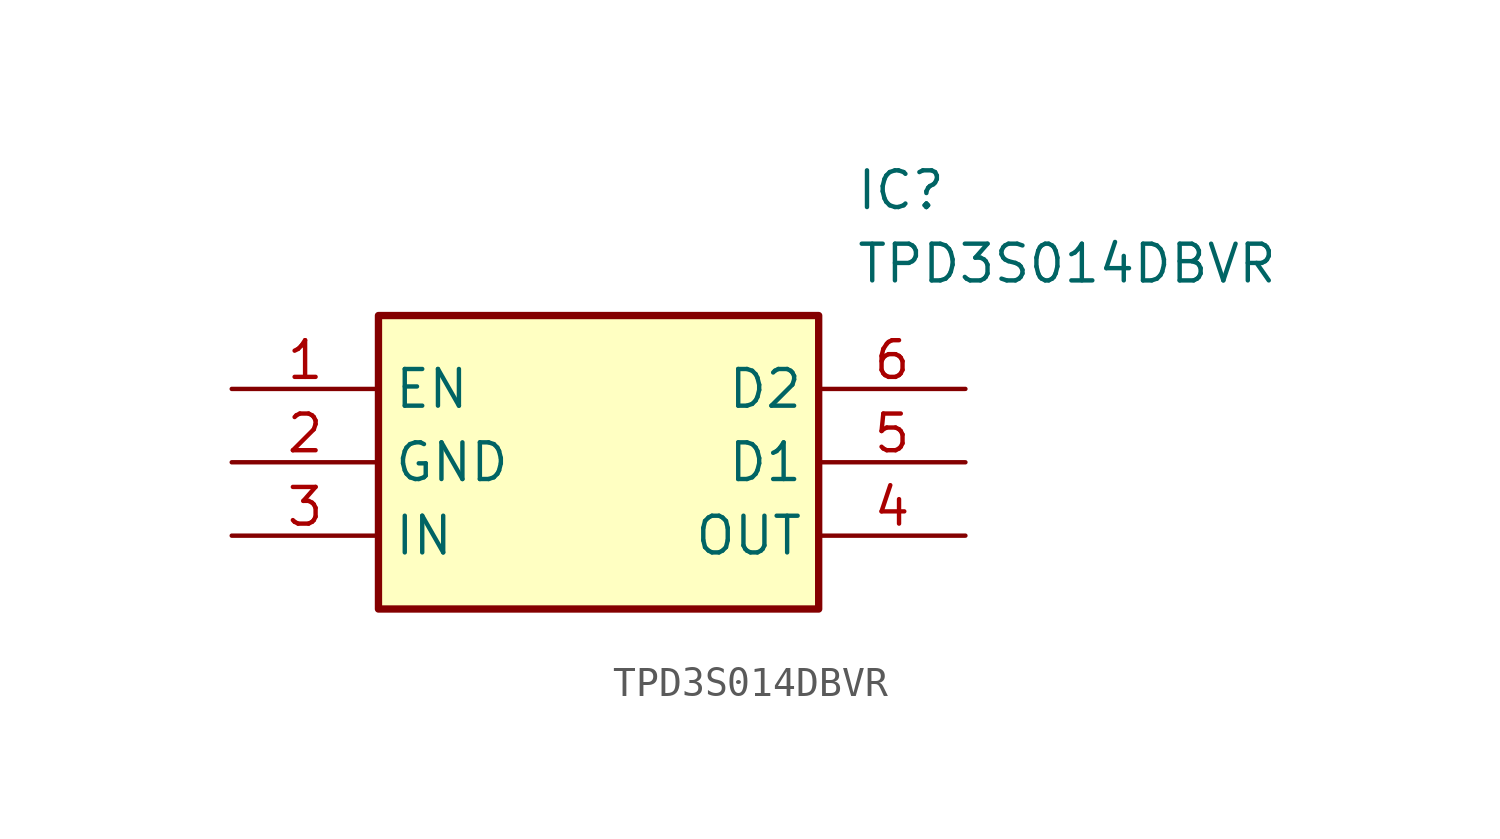
<source format=kicad_sym>
(kicad_symbol_lib
  (version 20211014)
  (generator SamacSys_ECAD_Model)
  (symbol "TPD3S014DBVR"
    (property "Reference" "IC"
      (at 21.59 7.62 0)
      (effects (font (size 1.27 1.27)) (justify left top)))
    (property "Value" "TPD3S014DBVR"
      (at 21.59 5.08 0)
      (effects (font (size 1.27 1.27)) (justify left top)))
    (rectangle
      (start 5.08 2.54)
      (end 20.32 -7.62)
      (stroke (width 0.254) (type default))
      (fill (type background)))
    (pin passive line
      (at 0 0 0)
      (length 5.08)
      (name "EN" (effects (font (size 1.27 1.27))))
      (number "1" (effects (font (size 1.27 1.27)))))
    (pin passive line
      (at 0 -2.54 0)
      (length 5.08)
      (name "GND" (effects (font (size 1.27 1.27))))
      (number "2" (effects (font (size 1.27 1.27)))))
    (pin passive line
      (at 0 -5.08 0)
      (length 5.08)
      (name "IN" (effects (font (size 1.27 1.27))))
      (number "3" (effects (font (size 1.27 1.27)))))
    (pin passive line
      (at 25.4 0 180)
      (length 5.08)
      (name "D2" (effects (font (size 1.27 1.27))))
      (number "6" (effects (font (size 1.27 1.27)))))
    (pin passive line
      (at 25.4 -2.54 180)
      (length 5.08)
      (name "D1" (effects (font (size 1.27 1.27))))
      (number "5" (effects (font (size 1.27 1.27)))))
    (pin passive line
      (at 25.4 -5.08 180)
      (length 5.08)
      (name "OUT" (effects (font (size 1.27 1.27))))
      (number "4" (effects (font (size 1.27 1.27)))))))
</source>
